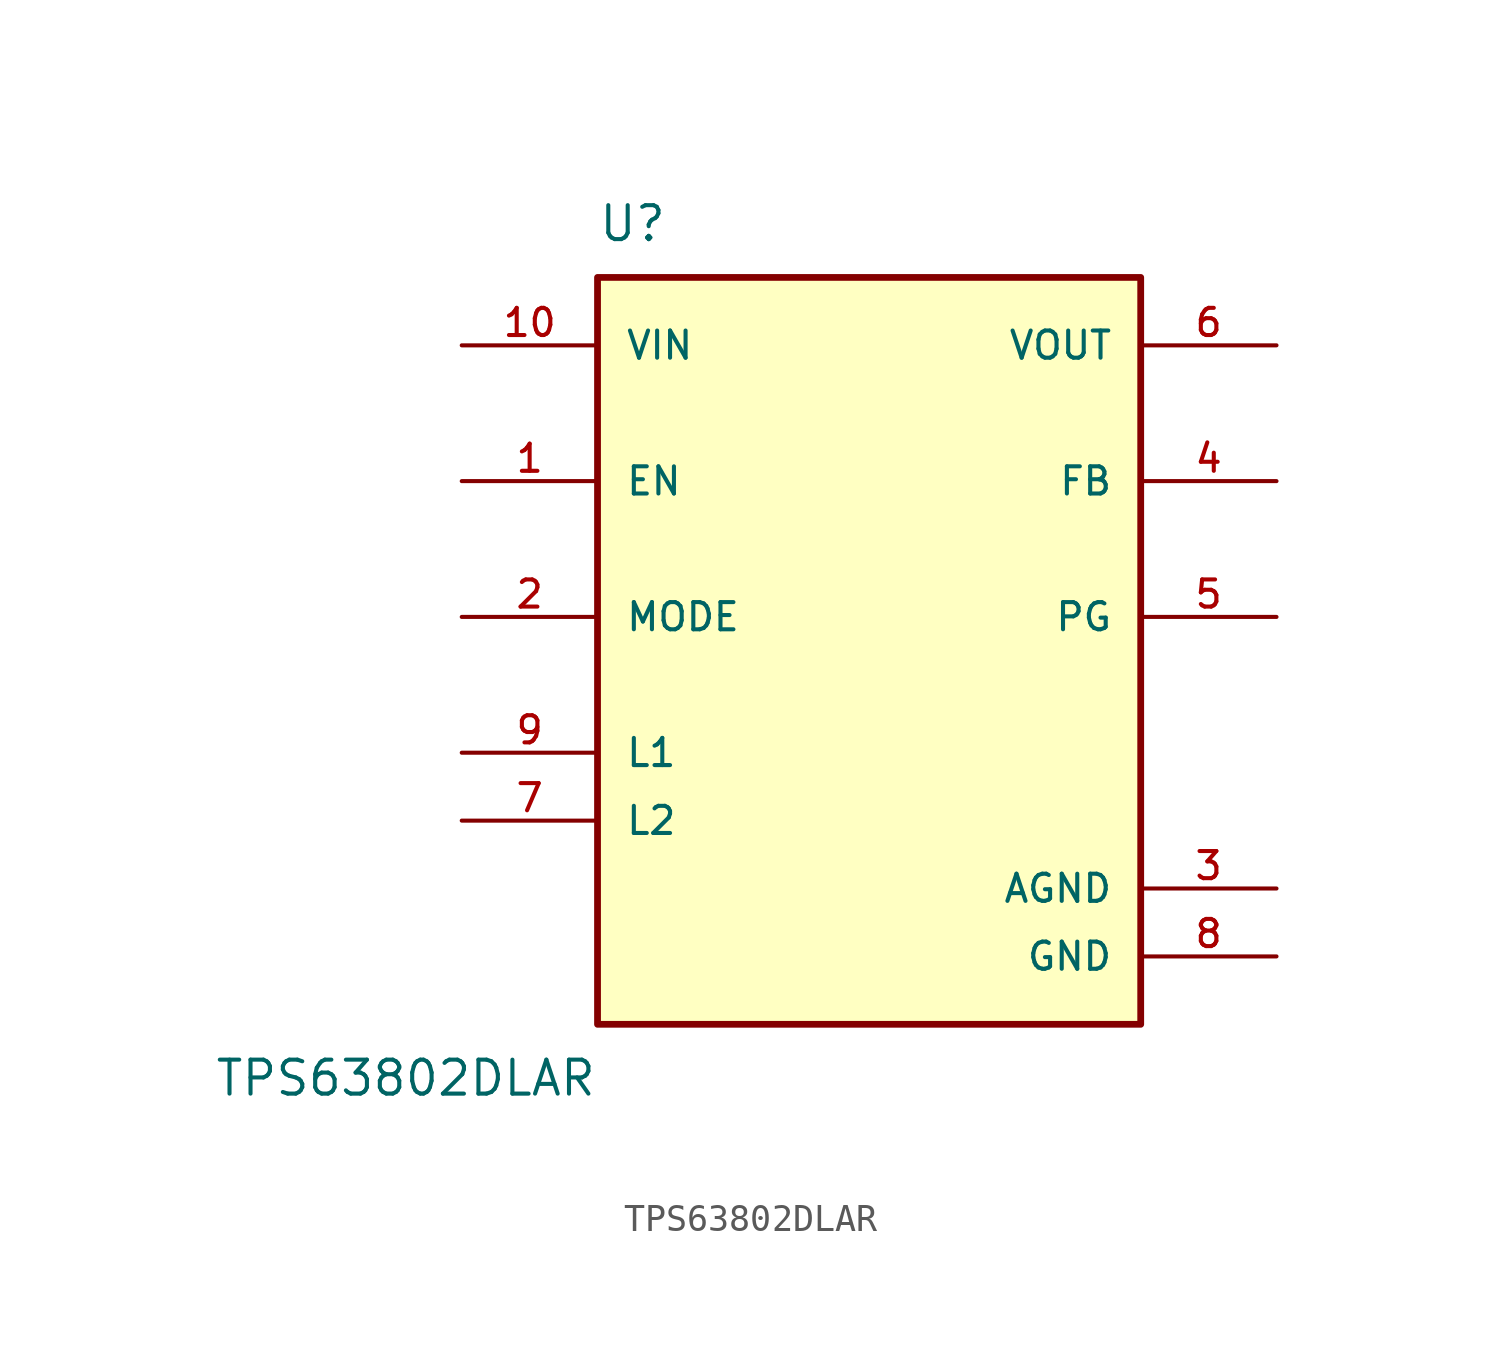
<source format=kicad_sym>
(kicad_symbol_lib
  (version 20211014)
  (generator kicad_symbol_editor)
  (symbol "TPS63802DLAR"
    (pin_names
      (offset 1.016))
    (property "Reference" "U"
      (at -10.16 13.97 0)
      (effects (font (size 1.27 1.27)) (justify bottom left)))
    (property "Value" "TPS63802DLAR"
      (at -10.16 -16.51 0.0)
      (effects (font (size 1.27 1.27)) (justify top right mirror)))
    (symbol "TPS63802DLAR_0_0"
      (rectangle (start -10.16 -15.24) (end 10.16 12.7) (stroke (width 0.254)) (fill (type background)))
      (pin input line (at -15.24 10.16 0) (length 5.08) (name "VIN" (effects (font (size 1.016 1.016)))) (number "10" (effects (font (size 1.016 1.016)))))
      (pin power_in line (at 15.24 -12.7 180.0) (length 5.08) (name "GND" (effects (font (size 1.016 1.016)))) (number "8" (effects (font (size 1.016 1.016)))))
      (pin input line (at -15.24 5.08 0) (length 5.08) (name "EN" (effects (font (size 1.016 1.016)))) (number "1" (effects (font (size 1.016 1.016)))))
      (pin passive line (at -15.24 -7.62 0) (length 5.08) (name "L2" (effects (font (size 1.016 1.016)))) (number "7" (effects (font (size 1.016 1.016)))))
      (pin output line (at 15.24 0.0 180.0) (length 5.08) (name "PG" (effects (font (size 1.016 1.016)))) (number "5" (effects (font (size 1.016 1.016)))))
      (pin input line (at -15.24 0.0 0) (length 5.08) (name "MODE" (effects (font (size 1.016 1.016)))) (number "2" (effects (font (size 1.016 1.016)))))
      (pin input line (at 15.24 5.08 180.0) (length 5.08) (name "FB" (effects (font (size 1.016 1.016)))) (number "4" (effects (font (size 1.016 1.016)))))
      (pin passive line (at -15.24 -5.08 0) (length 5.08) (name "L1" (effects (font (size 1.016 1.016)))) (number "9" (effects (font (size 1.016 1.016)))))
      (pin power_in line (at 15.24 -10.16 180.0) (length 5.08) (name "AGND" (effects (font (size 1.016 1.016)))) (number "3" (effects (font (size 1.016 1.016)))))
      (pin output line (at 15.24 10.16 180.0) (length 5.08) (name "VOUT" (effects (font (size 1.016 1.016)))) (number "6" (effects (font (size 1.016 1.016))))))))
</source>
